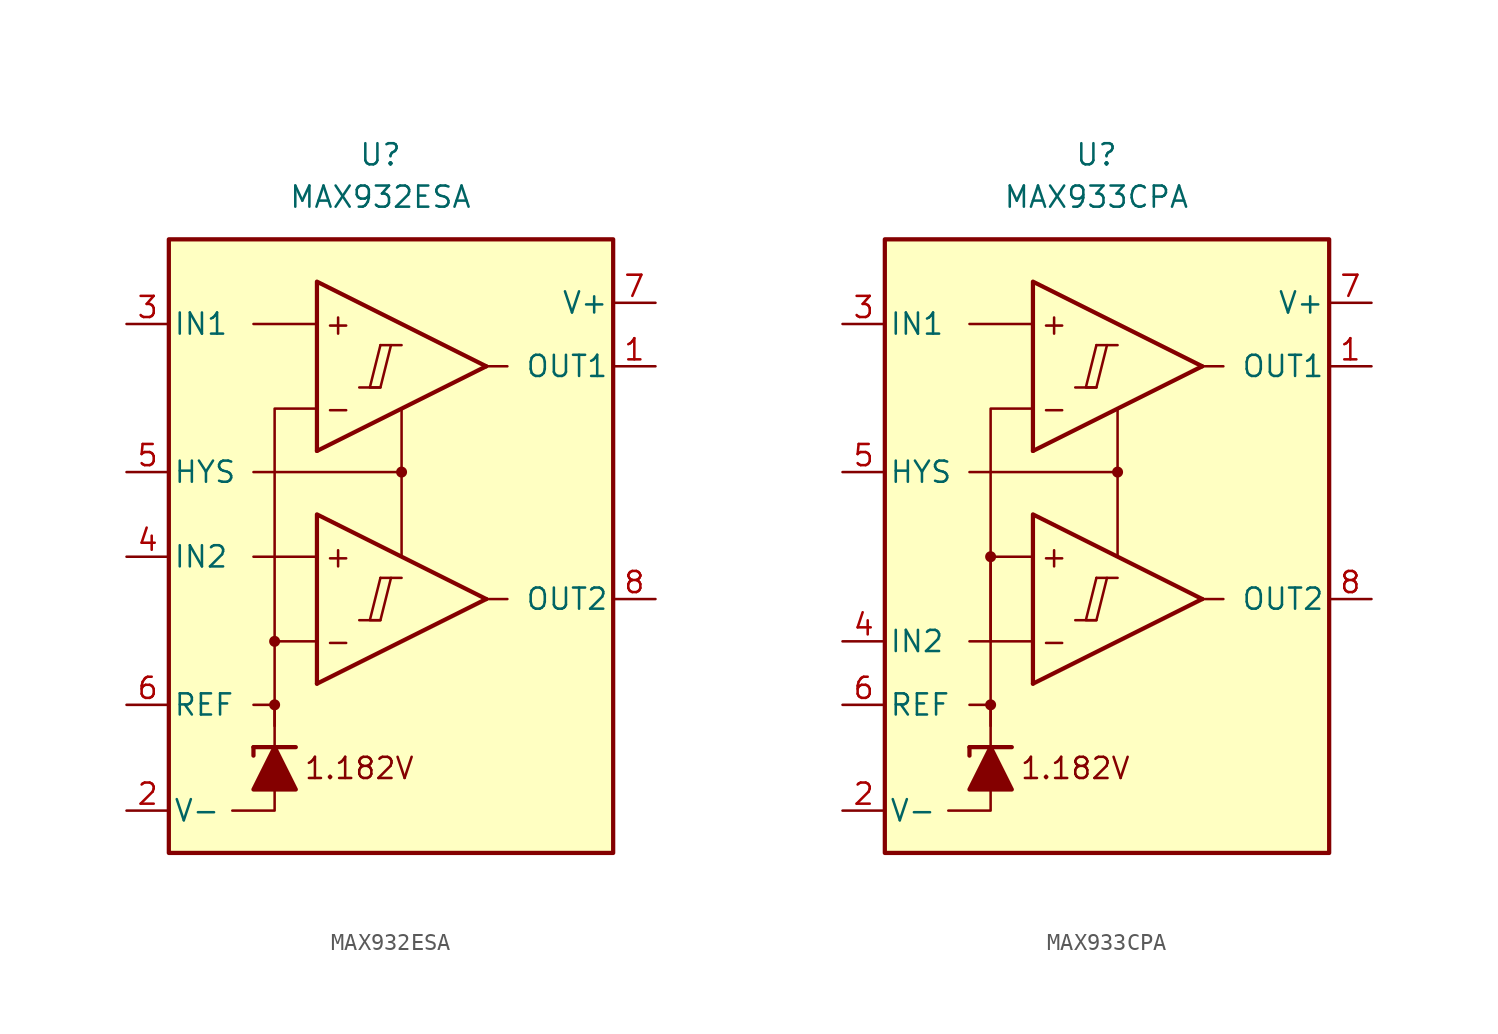
<source format=kicad_sym>
(kicad_symbol_lib
  (version 20211014)
  (generator kicad_symbol_editor)
  (symbol "MAX932ESA"
    (pin_names
      (offset 0.254))
    (property "Reference" "U"
      (at -1.27 22.86 0)
      (effects (font (size 1.27 1.27))))
    (property "Value" "MAX932ESA"
      (at -1.27 20.32 0)
      (effects (font (size 1.27 1.27))))
    (symbol "MAX932ESA_0_0"
      (rectangle (start -13.97 17.78) (end 12.7 -19.05) (stroke (width 0.254) (type default) (color 0 0 0 0)) (fill (type background)))
      (circle (center -7.62 -10.16) (radius 0.254) (stroke (width 0.152) (type default) (color 0 0 0 0)) (fill (type outline)))
      (circle (center -7.62 -6.35) (radius 0.254) (stroke (width 0.152) (type default) (color 0 0 0 0)) (fill (type outline)))
      (polyline (pts (xy -2.54 -5.08) (xy -1.27 -5.08)) (stroke (width 0.152) (type default) (color 0 0 0 0)) (fill (type none)))
      (polyline (pts (xy -2.54 8.89) (xy -1.27 8.89)) (stroke (width 0.152) (type default) (color 0 0 0 0)) (fill (type none)))
      (polyline (pts (xy -1.27 -2.54) (xy 0 -2.54)) (stroke (width 0.152) (type default) (color 0 0 0 0)) (fill (type none)))
      (polyline (pts (xy -1.27 11.43) (xy 0 11.43)) (stroke (width 0.152) (type default) (color 0 0 0 0)) (fill (type none)))
      (polyline (pts (xy 5.08 -3.81) (xy -5.08 -8.89)) (stroke (width 0.254) (type default) (color 0 0 0 0)) (fill (type none)))
      (polyline (pts (xy 5.08 10.16) (xy -5.08 5.08)) (stroke (width 0.254) (type default) (color 0 0 0 0)) (fill (type none)))
      (polyline (pts (xy 5.08 -3.81) (xy -5.08 1.27) (xy -5.08 -8.89)) (stroke (width 0.254) (type default) (color 0 0 0 0)) (fill (type background)))
      (polyline (pts (xy 5.08 10.16) (xy -5.08 15.24) (xy -5.08 5.08)) (stroke (width 0.254) (type default) (color 0 0 0 0)) (fill (type background)))
      (polyline (pts (xy -1.27 -2.54) (xy -1.905 -5.08) (xy -1.27 -5.08) (xy -0.635 -2.54)) (stroke (width 0.152) (type default) (color 0 0 0 0)) (fill (type none)))
      (polyline (pts (xy -1.27 11.43) (xy -1.905 8.89) (xy -1.27 8.89) (xy -0.635 11.43)) (stroke (width 0.152) (type default) (color 0 0 0 0)) (fill (type none)))
      (circle (center 0 3.81) (radius 0.254) (stroke (width 0.152) (type default) (color 0 0 0 0)) (fill (type outline)))
      (text "+" (at -3.81 -1.27 0) (effects (font (size 1.27 1.27))))
      (text "+" (at -3.81 12.7 0) (effects (font (size 1.27 1.27))))
      (text "-" (at -3.81 -6.35 0) (effects (font (size 1.27 1.27))))
      (text "-" (at -3.81 7.62 0) (effects (font (size 1.27 1.27))))
      (text "1.182V" (at -2.54 -13.97 0) (effects (font (size 1.27 1.27)))))
    (symbol "MAX932ESA_0_1"
      (polyline (pts (xy -8.89 -12.7) (xy -8.89 -13.208)) (stroke (width 0.254) (type default) (color 0 0 0 0)) (fill (type none)))
      (polyline (pts (xy -8.89 -12.7) (xy -6.35 -12.7)) (stroke (width 0.254) (type default) (color 0 0 0 0)) (fill (type none)))
      (polyline (pts (xy -5.08 -1.27) (xy -8.89 -1.27)) (stroke (width 0) (type default) (color 0 0 0 0)) (fill (type none)))
      (polyline (pts (xy -5.08 12.7) (xy -8.89 12.7)) (stroke (width 0) (type default) (color 0 0 0 0)) (fill (type none)))
      (polyline (pts (xy 0 3.81) (xy 0 -1.27)) (stroke (width 0) (type default) (color 0 0 0 0)) (fill (type none)))
      (polyline (pts (xy 5.08 -3.81) (xy 6.35 -3.81)) (stroke (width 0) (type default) (color 0 0 0 0)) (fill (type none)))
      (polyline (pts (xy 5.08 10.16) (xy 6.35 10.16)) (stroke (width 0) (type default) (color 0 0 0 0)) (fill (type none)))
      (polyline (pts (xy -7.62 -15.24) (xy -7.62 -16.51) (xy -10.16 -16.51)) (stroke (width 0) (type default) (color 0 0 0 0)) (fill (type none)))
      (polyline (pts (xy -7.62 -12.7) (xy -7.62 -10.16) (xy -8.89 -10.16)) (stroke (width 0) (type default) (color 0 0 0 0)) (fill (type none)))
      (polyline (pts (xy -7.62 -11.43) (xy -7.62 -6.35) (xy -5.08 -6.35)) (stroke (width 0) (type default) (color 0 0 0 0)) (fill (type none)))
      (polyline (pts (xy -7.62 -6.35) (xy -7.62 7.62) (xy -5.08 7.62)) (stroke (width 0) (type default) (color 0 0 0 0)) (fill (type none)))
      (polyline (pts (xy 0 7.62) (xy 0 3.81) (xy -8.89 3.81)) (stroke (width 0) (type default) (color 0 0 0 0)) (fill (type none)))
      (polyline (pts (xy -6.35 -15.24) (xy -8.89 -15.24) (xy -7.62 -12.7) (xy -6.35 -15.24)) (stroke (width 0.254) (type default) (color 0 0 0 0)) (fill (type outline))))
    (symbol "MAX932ESA_1_1"
      (pin output line (at 15.24 10.16 180) (length 2.54) (name "OUT1" (effects (font (size 1.27 1.27)))) (number "1" (effects (font (size 1.27 1.27)))))
      (pin power_in line (at -16.51 -16.51 0) (length 2.54) (name "V-" (effects (font (size 1.27 1.27)))) (number "2" (effects (font (size 1.27 1.27)))))
      (pin input line (at -16.51 12.7 0) (length 2.54) (name "IN1" (effects (font (size 1.27 1.27)))) (number "3" (effects (font (size 1.27 1.27)))))
      (pin input line (at -16.51 -1.27 0) (length 2.54) (name "IN2" (effects (font (size 1.27 1.27)))) (number "4" (effects (font (size 1.27 1.27)))))
      (pin input line (at -16.51 3.81 0) (length 2.54) (name "HYS" (effects (font (size 1.27 1.27)))) (number "5" (effects (font (size 1.27 1.27)))))
      (pin output line (at -16.51 -10.16 0) (length 2.54) (name "REF" (effects (font (size 1.27 1.27)))) (number "6" (effects (font (size 1.27 1.27)))))
      (pin power_in line (at 15.24 13.97 180) (length 2.54) (name "V+" (effects (font (size 1.27 1.27)))) (number "7" (effects (font (size 1.27 1.27)))))
      (pin output line (at 15.24 -3.81 180) (length 2.54) (name "OUT2" (effects (font (size 1.27 1.27)))) (number "8" (effects (font (size 1.27 1.27)))))))
  (symbol "MAX933CPA"
    (pin_names
      (offset 0.254))
    (property "Reference" "U"
      (at -1.27 22.86 0)
      (effects (font (size 1.27 1.27))))
    (property "Value" "MAX933CPA"
      (at -1.27 20.32 0)
      (effects (font (size 1.27 1.27))))
    (symbol "MAX933CPA_0_0"
      (rectangle (start -13.97 17.78) (end 12.7 -19.05) (stroke (width 0.254) (type default) (color 0 0 0 0)) (fill (type background)))
      (circle (center -7.62 -10.16) (radius 0.254) (stroke (width 0.152) (type default) (color 0 0 0 0)) (fill (type outline)))
      (circle (center -7.62 -1.27) (radius 0.254) (stroke (width 0.152) (type default) (color 0 0 0 0)) (fill (type outline)))
      (polyline (pts (xy -2.54 -5.08) (xy -1.27 -5.08)) (stroke (width 0.152) (type default) (color 0 0 0 0)) (fill (type none)))
      (polyline (pts (xy -2.54 8.89) (xy -1.27 8.89)) (stroke (width 0.152) (type default) (color 0 0 0 0)) (fill (type none)))
      (polyline (pts (xy -1.27 -2.54) (xy 0 -2.54)) (stroke (width 0.152) (type default) (color 0 0 0 0)) (fill (type none)))
      (polyline (pts (xy -1.27 11.43) (xy 0 11.43)) (stroke (width 0.152) (type default) (color 0 0 0 0)) (fill (type none)))
      (polyline (pts (xy 5.08 -3.81) (xy -5.08 -8.89)) (stroke (width 0.254) (type default) (color 0 0 0 0)) (fill (type none)))
      (polyline (pts (xy 5.08 10.16) (xy -5.08 5.08)) (stroke (width 0.254) (type default) (color 0 0 0 0)) (fill (type none)))
      (polyline (pts (xy 5.08 -3.81) (xy -5.08 1.27) (xy -5.08 -8.89)) (stroke (width 0.254) (type default) (color 0 0 0 0)) (fill (type background)))
      (polyline (pts (xy 5.08 10.16) (xy -5.08 15.24) (xy -5.08 5.08)) (stroke (width 0.254) (type default) (color 0 0 0 0)) (fill (type background)))
      (polyline (pts (xy -1.27 -2.54) (xy -1.905 -5.08) (xy -1.27 -5.08) (xy -0.635 -2.54)) (stroke (width 0.152) (type default) (color 0 0 0 0)) (fill (type none)))
      (polyline (pts (xy -1.27 11.43) (xy -1.905 8.89) (xy -1.27 8.89) (xy -0.635 11.43)) (stroke (width 0.152) (type default) (color 0 0 0 0)) (fill (type none)))
      (circle (center 0 3.81) (radius 0.254) (stroke (width 0.152) (type default) (color 0 0 0 0)) (fill (type outline)))
      (text "+" (at -3.81 -1.27 0) (effects (font (size 1.27 1.27))))
      (text "+" (at -3.81 12.7 0) (effects (font (size 1.27 1.27))))
      (text "-" (at -3.81 -6.35 0) (effects (font (size 1.27 1.27))))
      (text "-" (at -3.81 7.62 0) (effects (font (size 1.27 1.27))))
      (text "1.182V" (at -2.54 -13.97 0) (effects (font (size 1.27 1.27)))))
    (symbol "MAX933CPA_0_1"
      (polyline (pts (xy -8.89 -12.7) (xy -8.89 -13.208)) (stroke (width 0.254) (type default) (color 0 0 0 0)) (fill (type none)))
      (polyline (pts (xy -8.89 -12.7) (xy -6.35 -12.7)) (stroke (width 0.254) (type default) (color 0 0 0 0)) (fill (type none)))
      (polyline (pts (xy -5.08 -6.35) (xy -8.89 -6.35)) (stroke (width 0) (type default) (color 0 0 0 0)) (fill (type none)))
      (polyline (pts (xy -5.08 12.7) (xy -8.89 12.7)) (stroke (width 0) (type default) (color 0 0 0 0)) (fill (type none)))
      (polyline (pts (xy 0 3.81) (xy 0 -1.27)) (stroke (width 0) (type default) (color 0 0 0 0)) (fill (type none)))
      (polyline (pts (xy 5.08 -3.81) (xy 6.35 -3.81)) (stroke (width 0) (type default) (color 0 0 0 0)) (fill (type none)))
      (polyline (pts (xy 5.08 10.16) (xy 6.35 10.16)) (stroke (width 0) (type default) (color 0 0 0 0)) (fill (type none)))
      (polyline (pts (xy -7.62 -15.24) (xy -7.62 -16.51) (xy -10.16 -16.51)) (stroke (width 0) (type default) (color 0 0 0 0)) (fill (type none)))
      (polyline (pts (xy -7.62 -12.7) (xy -7.62 -10.16) (xy -8.89 -10.16)) (stroke (width 0) (type default) (color 0 0 0 0)) (fill (type none)))
      (polyline (pts (xy -7.62 -11.43) (xy -7.62 -1.27) (xy -5.08 -1.27)) (stroke (width 0) (type default) (color 0 0 0 0)) (fill (type none)))
      (polyline (pts (xy -7.62 -6.35) (xy -7.62 7.62) (xy -5.08 7.62)) (stroke (width 0) (type default) (color 0 0 0 0)) (fill (type none)))
      (polyline (pts (xy 0 7.62) (xy 0 3.81) (xy -8.89 3.81)) (stroke (width 0) (type default) (color 0 0 0 0)) (fill (type none)))
      (polyline (pts (xy -6.35 -15.24) (xy -8.89 -15.24) (xy -7.62 -12.7) (xy -6.35 -15.24)) (stroke (width 0.254) (type default) (color 0 0 0 0)) (fill (type outline))))
    (symbol "MAX933CPA_1_1"
      (pin output line (at 15.24 10.16 180) (length 2.54) (name "OUT1" (effects (font (size 1.27 1.27)))) (number "1" (effects (font (size 1.27 1.27)))))
      (pin power_in line (at -16.51 -16.51 0) (length 2.54) (name "V-" (effects (font (size 1.27 1.27)))) (number "2" (effects (font (size 1.27 1.27)))))
      (pin input line (at -16.51 12.7 0) (length 2.54) (name "IN1" (effects (font (size 1.27 1.27)))) (number "3" (effects (font (size 1.27 1.27)))))
      (pin input line (at -16.51 -6.35 0) (length 2.54) (name "IN2" (effects (font (size 1.27 1.27)))) (number "4" (effects (font (size 1.27 1.27)))))
      (pin input line (at -16.51 3.81 0) (length 2.54) (name "HYS" (effects (font (size 1.27 1.27)))) (number "5" (effects (font (size 1.27 1.27)))))
      (pin output line (at -16.51 -10.16 0) (length 2.54) (name "REF" (effects (font (size 1.27 1.27)))) (number "6" (effects (font (size 1.27 1.27)))))
      (pin power_in line (at 15.24 13.97 180) (length 2.54) (name "V+" (effects (font (size 1.27 1.27)))) (number "7" (effects (font (size 1.27 1.27)))))
      (pin output line (at 15.24 -3.81 180) (length 2.54) (name "OUT2" (effects (font (size 1.27 1.27)))) (number "8" (effects (font (size 1.27 1.27))))))))
</source>
